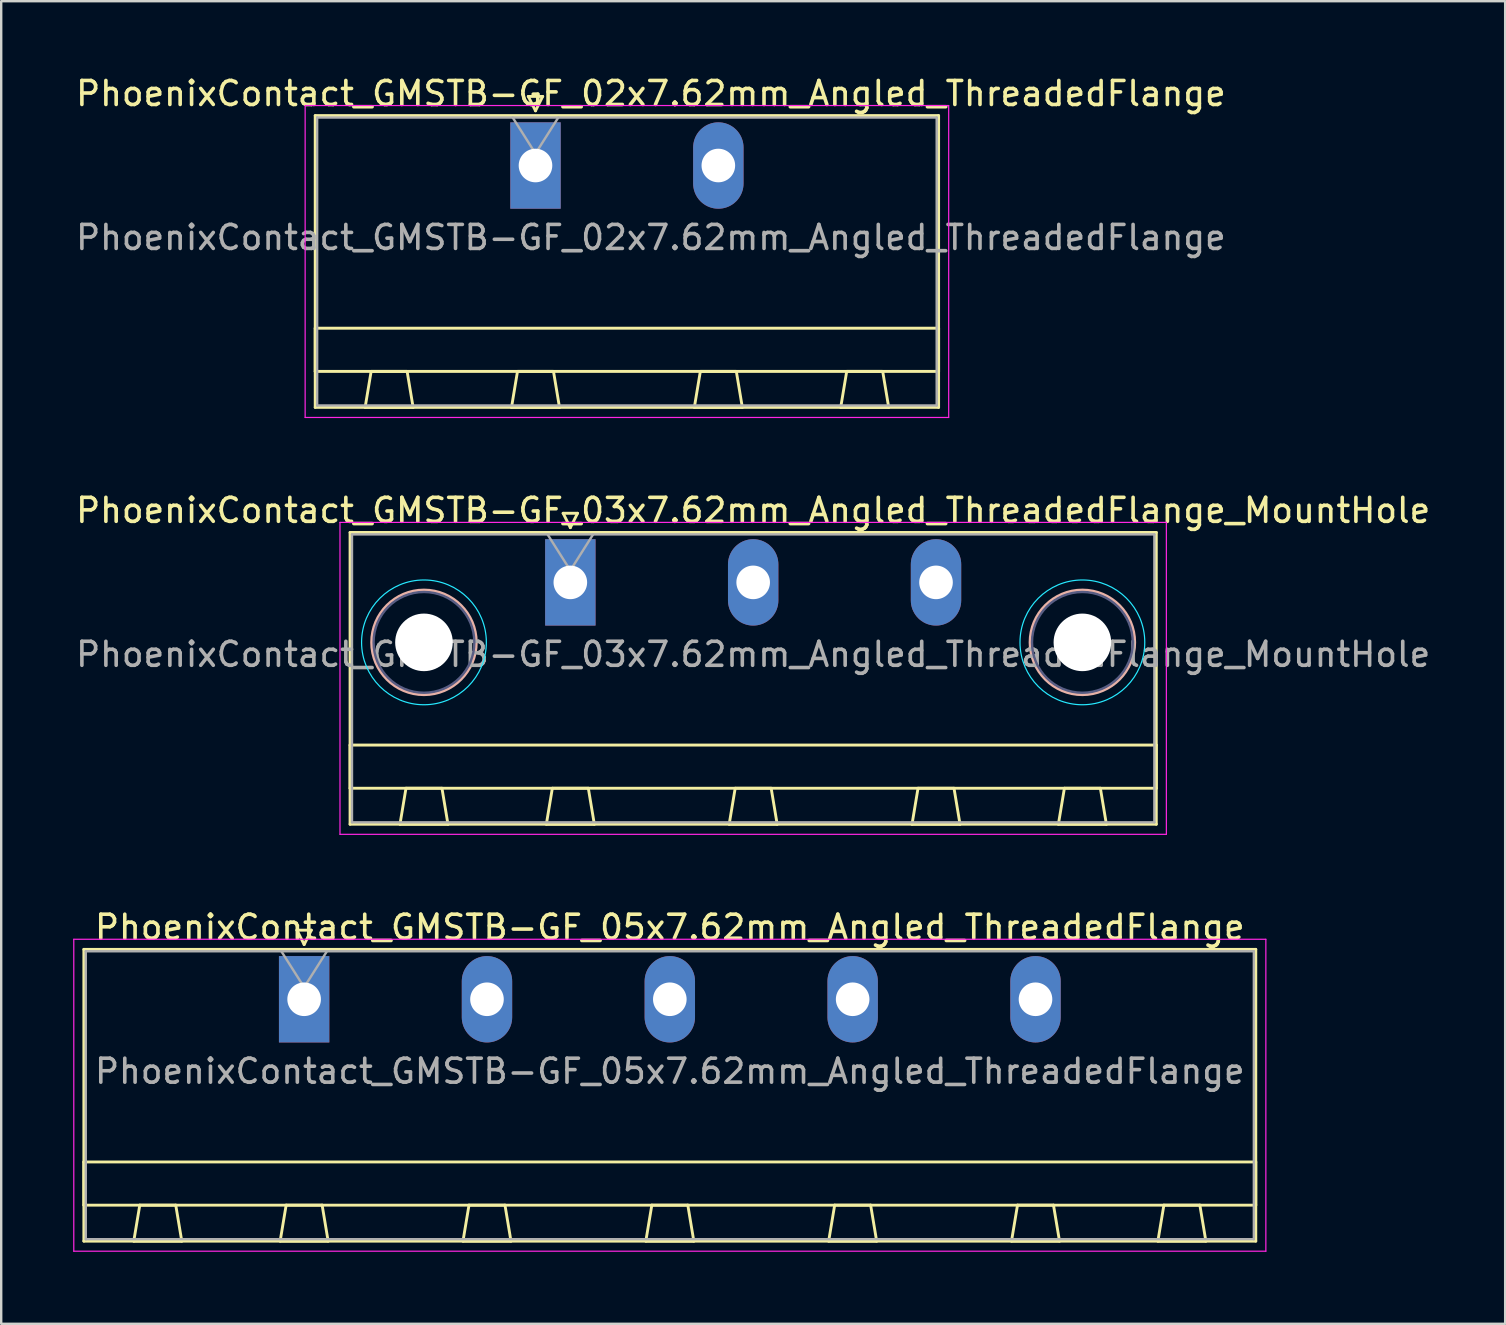
<source format=kicad_pcb>
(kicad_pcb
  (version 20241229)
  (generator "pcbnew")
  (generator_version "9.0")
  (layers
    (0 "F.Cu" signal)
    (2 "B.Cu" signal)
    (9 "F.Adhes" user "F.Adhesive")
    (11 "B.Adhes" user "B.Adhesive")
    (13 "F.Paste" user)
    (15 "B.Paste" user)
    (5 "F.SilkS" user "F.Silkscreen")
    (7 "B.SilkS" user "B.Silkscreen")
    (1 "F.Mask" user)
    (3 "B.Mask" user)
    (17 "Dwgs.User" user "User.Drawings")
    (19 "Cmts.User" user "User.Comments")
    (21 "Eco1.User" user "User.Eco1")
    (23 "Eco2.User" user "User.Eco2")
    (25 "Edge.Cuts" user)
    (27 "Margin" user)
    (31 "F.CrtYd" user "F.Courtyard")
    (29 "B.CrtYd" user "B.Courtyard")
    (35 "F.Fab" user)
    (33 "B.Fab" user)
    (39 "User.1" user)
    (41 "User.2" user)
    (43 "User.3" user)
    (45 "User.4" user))
  (footprint "PhoenixContact_GMSTB-GF_03x7.62mm_Angled_ThreadedFlange_MountHole"
    (layer "F.Cu")
    (at 20.719 21.221)
    (property "Reference" "PhoenixContact_GMSTB-GF_03x7.62mm_Angled_ThreadedFlange_MountHole" (at 7.62 -3 0) (layer "F.SilkS") (effects (font (size 1 1) (thickness 0.15))))
    (attr through_hole)
    (fp_line (start -9.18 -2.08) (end -9.18 10.08) (stroke (width 0.12) (type solid)) (layer "F.SilkS"))
    (fp_line (start -9.18 6.78) (end 24.42 6.78) (stroke (width 0.12) (type solid)) (layer "F.SilkS"))
    (fp_line (start -9.18 8.58) (end -9.18 6.78) (stroke (width 0.12) (type solid)) (layer "F.SilkS"))
    (fp_line (start -9.18 10.08) (end 24.42 10.08) (stroke (width 0.12) (type solid)) (layer "F.SilkS"))
    (fp_line (start -7.1 10.08) (end -5.1 10.08) (stroke (width 0.12) (type solid)) (layer "F.SilkS"))
    (fp_line (start -6.85 8.58) (end -7.1 10.08) (stroke (width 0.12) (type solid)) (layer "F.SilkS"))
    (fp_line (start -5.35 8.58) (end -6.85 8.58) (stroke (width 0.12) (type solid)) (layer "F.SilkS"))
    (fp_line (start -5.1 10.08) (end -5.35 8.58) (stroke (width 0.12) (type solid)) (layer "F.SilkS"))
    (fp_line (start -1 10.08) (end 1 10.08) (stroke (width 0.12) (type solid)) (layer "F.SilkS"))
    (fp_line (start -0.75 8.58) (end -1 10.08) (stroke (width 0.12) (type solid)) (layer "F.SilkS"))
    (fp_line (start -0.3 -2.88) (end 0.3 -2.88) (stroke (width 0.12) (type solid)) (layer "F.SilkS"))
    (fp_line (start 0 -2.28) (end -0.3 -2.88) (stroke (width 0.12) (type solid)) (layer "F.SilkS"))
    (fp_line (start 0.3 -2.88) (end 0 -2.28) (stroke (width 0.12) (type solid)) (layer "F.SilkS"))
    (fp_line (start 0.75 8.58) (end -0.75 8.58) (stroke (width 0.12) (type solid)) (layer "F.SilkS"))
    (fp_line (start 1 10.08) (end 0.75 8.58) (stroke (width 0.12) (type solid)) (layer "F.SilkS"))
    (fp_line (start 6.62 10.08) (end 8.62 10.08) (stroke (width 0.12) (type solid)) (layer "F.SilkS"))
    (fp_line (start 6.87 8.58) (end 6.62 10.08) (stroke (width 0.12) (type solid)) (layer "F.SilkS"))
    (fp_line (start 8.37 8.58) (end 6.87 8.58) (stroke (width 0.12) (type solid)) (layer "F.SilkS"))
    (fp_line (start 8.62 10.08) (end 8.37 8.58) (stroke (width 0.12) (type solid)) (layer "F.SilkS"))
    (fp_line (start 14.24 10.08) (end 16.24 10.08) (stroke (width 0.12) (type solid)) (layer "F.SilkS"))
    (fp_line (start 14.49 8.58) (end 14.24 10.08) (stroke (width 0.12) (type solid)) (layer "F.SilkS"))
    (fp_line (start 15.99 8.58) (end 14.49 8.58) (stroke (width 0.12) (type solid)) (layer "F.SilkS"))
    (fp_line (start 16.24 10.08) (end 15.99 8.58) (stroke (width 0.12) (type solid)) (layer "F.SilkS"))
    (fp_line (start 20.34 10.08) (end 22.34 10.08) (stroke (width 0.12) (type solid)) (layer "F.SilkS"))
    (fp_line (start 20.59 8.58) (end 20.34 10.08) (stroke (width 0.12) (type solid)) (layer "F.SilkS"))
    (fp_line (start 22.09 8.58) (end 20.59 8.58) (stroke (width 0.12) (type solid)) (layer "F.SilkS"))
    (fp_line (start 22.34 10.08) (end 22.09 8.58) (stroke (width 0.12) (type solid)) (layer "F.SilkS"))
    (fp_line (start 24.42 -2.08) (end -9.18 -2.08) (stroke (width 0.12) (type solid)) (layer "F.SilkS"))
    (fp_line (start 24.42 6.78) (end 24.42 8.58) (stroke (width 0.12) (type solid)) (layer "F.SilkS"))
    (fp_line (start 24.42 8.58) (end -9.18 8.58) (stroke (width 0.12) (type solid)) (layer "F.SilkS"))
    (fp_line (start 24.42 10.08) (end 24.42 -2.08) (stroke (width 0.12) (type solid)) (layer "F.SilkS"))
    (fp_circle (center -6.1 2.5) (end -3.92 2.5) (stroke (width 0.12) (type solid)) (fill no) (layer "B.SilkS"))
    (fp_circle (center 21.34 2.5) (end 23.52 2.5) (stroke (width 0.12) (type solid)) (fill no) (layer "B.SilkS"))
    (fp_circle (center -6.1 2.5) (end -3.5 2.5) (stroke (width 0.05) (type solid)) (fill no) (layer "B.CrtYd"))
    (fp_circle (center 21.34 2.5) (end 23.94 2.5) (stroke (width 0.05) (type solid)) (fill no) (layer "B.CrtYd"))
    (fp_line (start -9.6 -2.5) (end -9.6 10.5) (stroke (width 0.05) (type solid)) (layer "F.CrtYd"))
    (fp_line (start -9.6 10.5) (end 24.84 10.5) (stroke (width 0.05) (type solid)) (layer "F.CrtYd"))
    (fp_line (start 24.84 -2.5) (end -9.6 -2.5) (stroke (width 0.05) (type solid)) (layer "F.CrtYd"))
    (fp_line (start 24.84 10.5) (end 24.84 -2.5) (stroke (width 0.05) (type solid)) (layer "F.CrtYd"))
    (fp_circle (center -6.1 2.5) (end -4 2.5) (stroke (width 0.1) (type solid)) (fill no) (layer "B.Fab"))
    (fp_circle (center 21.34 2.5) (end 23.44 2.5) (stroke (width 0.1) (type solid)) (fill no) (layer "B.Fab"))
    (fp_line (start -9.1 -2) (end -9.1 10) (stroke (width 0.1) (type solid)) (layer "F.Fab"))
    (fp_line (start -9.1 10) (end 24.34 10) (stroke (width 0.1) (type solid)) (layer "F.Fab"))
    (fp_line (start 0 -0.5) (end -0.95 -2) (stroke (width 0.1) (type solid)) (layer "F.Fab"))
    (fp_line (start 0.95 -2) (end 0 -0.5) (stroke (width 0.1) (type solid)) (layer "F.Fab"))
    (fp_line (start 24.34 -2) (end -9.1 -2) (stroke (width 0.1) (type solid)) (layer "F.Fab"))
    (fp_line (start 24.34 10) (end 24.34 -2) (stroke (width 0.1) (type solid)) (layer "F.Fab"))
    (fp_text user "${REFERENCE}" (at 7.62 3 0) (layer "F.Fab") (effects (font (size 1 1) (thickness 0.15))))
    (pad "" np_thru_hole circle (at -6.1 2.5) (size 2.4 2.4) (drill 2.4) (layers "*.Cu" "*.Mask"))
    (pad "" np_thru_hole circle (at 21.34 2.5) (size 2.4 2.4) (drill 2.4) (layers "*.Cu" "*.Mask"))
    (pad "1" thru_hole rect (at 0 0) (size 2.1 3.6) (drill 1.4) (layers "*.Cu" "*.Mask"))
    (pad "2" thru_hole oval (at 7.62 0) (size 2.1 3.6) (drill 1.4) (layers "*.Cu" "*.Mask"))
    (pad "3" thru_hole oval (at 15.24 0) (size 2.1 3.6) (drill 1.4) (layers "*.Cu" "*.Mask")))
  (footprint "PhoenixContact_GMSTB-GF_02x7.62mm_Angled_ThreadedFlange"
    (layer "F.Cu")
    (at 19.267 3.848)
    (property "Reference" "PhoenixContact_GMSTB-GF_02x7.62mm_Angled_ThreadedFlange" (at 4.81 -3 0) (layer "F.SilkS") (effects (font (size 1 1) (thickness 0.15))))
    (attr through_hole)
    (fp_line (start -9.18 -2.08) (end -9.18 10.08) (stroke (width 0.12) (type solid)) (layer "F.SilkS"))
    (fp_line (start -9.18 6.78) (end 16.8 6.78) (stroke (width 0.12) (type solid)) (layer "F.SilkS"))
    (fp_line (start -9.18 8.58) (end -9.18 6.78) (stroke (width 0.12) (type solid)) (layer "F.SilkS"))
    (fp_line (start -9.18 10.08) (end 16.8 10.08) (stroke (width 0.12) (type solid)) (layer "F.SilkS"))
    (fp_line (start -7.1 10.08) (end -5.1 10.08) (stroke (width 0.12) (type solid)) (layer "F.SilkS"))
    (fp_line (start -6.85 8.58) (end -7.1 10.08) (stroke (width 0.12) (type solid)) (layer "F.SilkS"))
    (fp_line (start -5.35 8.58) (end -6.85 8.58) (stroke (width 0.12) (type solid)) (layer "F.SilkS"))
    (fp_line (start -5.1 10.08) (end -5.35 8.58) (stroke (width 0.12) (type solid)) (layer "F.SilkS"))
    (fp_line (start -1 10.08) (end 1 10.08) (stroke (width 0.12) (type solid)) (layer "F.SilkS"))
    (fp_line (start -0.75 8.58) (end -1 10.08) (stroke (width 0.12) (type solid)) (layer "F.SilkS"))
    (fp_line (start -0.3 -2.88) (end 0.3 -2.88) (stroke (width 0.12) (type solid)) (layer "F.SilkS"))
    (fp_line (start 0 -2.28) (end -0.3 -2.88) (stroke (width 0.12) (type solid)) (layer "F.SilkS"))
    (fp_line (start 0.3 -2.88) (end 0 -2.28) (stroke (width 0.12) (type solid)) (layer "F.SilkS"))
    (fp_line (start 0.75 8.58) (end -0.75 8.58) (stroke (width 0.12) (type solid)) (layer "F.SilkS"))
    (fp_line (start 1 10.08) (end 0.75 8.58) (stroke (width 0.12) (type solid)) (layer "F.SilkS"))
    (fp_line (start 6.62 10.08) (end 8.62 10.08) (stroke (width 0.12) (type solid)) (layer "F.SilkS"))
    (fp_line (start 6.87 8.58) (end 6.62 10.08) (stroke (width 0.12) (type solid)) (layer "F.SilkS"))
    (fp_line (start 8.37 8.58) (end 6.87 8.58) (stroke (width 0.12) (type solid)) (layer "F.SilkS"))
    (fp_line (start 8.62 10.08) (end 8.37 8.58) (stroke (width 0.12) (type solid)) (layer "F.SilkS"))
    (fp_line (start 12.72 10.08) (end 14.72 10.08) (stroke (width 0.12) (type solid)) (layer "F.SilkS"))
    (fp_line (start 12.97 8.58) (end 12.72 10.08) (stroke (width 0.12) (type solid)) (layer "F.SilkS"))
    (fp_line (start 14.47 8.58) (end 12.97 8.58) (stroke (width 0.12) (type solid)) (layer "F.SilkS"))
    (fp_line (start 14.72 10.08) (end 14.47 8.58) (stroke (width 0.12) (type solid)) (layer "F.SilkS"))
    (fp_line (start 16.8 -2.08) (end -9.18 -2.08) (stroke (width 0.12) (type solid)) (layer "F.SilkS"))
    (fp_line (start 16.8 6.78) (end 16.8 8.58) (stroke (width 0.12) (type solid)) (layer "F.SilkS"))
    (fp_line (start 16.8 8.58) (end -9.18 8.58) (stroke (width 0.12) (type solid)) (layer "F.SilkS"))
    (fp_line (start 16.8 10.08) (end 16.8 -2.08) (stroke (width 0.12) (type solid)) (layer "F.SilkS"))
    (fp_line (start -9.6 -2.5) (end -9.6 10.5) (stroke (width 0.05) (type solid)) (layer "F.CrtYd"))
    (fp_line (start -9.6 10.5) (end 17.22 10.5) (stroke (width 0.05) (type solid)) (layer "F.CrtYd"))
    (fp_line (start 17.22 -2.5) (end -9.6 -2.5) (stroke (width 0.05) (type solid)) (layer "F.CrtYd"))
    (fp_line (start 17.22 10.5) (end 17.22 -2.5) (stroke (width 0.05) (type solid)) (layer "F.CrtYd"))
    (fp_line (start -9.1 -2) (end -9.1 10) (stroke (width 0.1) (type solid)) (layer "F.Fab"))
    (fp_line (start -9.1 10) (end 16.72 10) (stroke (width 0.1) (type solid)) (layer "F.Fab"))
    (fp_line (start 0 -0.5) (end -0.95 -2) (stroke (width 0.1) (type solid)) (layer "F.Fab"))
    (fp_line (start 0.95 -2) (end 0 -0.5) (stroke (width 0.1) (type solid)) (layer "F.Fab"))
    (fp_line (start 16.72 -2) (end -9.1 -2) (stroke (width 0.1) (type solid)) (layer "F.Fab"))
    (fp_line (start 16.72 10) (end 16.72 -2) (stroke (width 0.1) (type solid)) (layer "F.Fab"))
    (fp_text user "${REFERENCE}" (at 4.81 3 0) (layer "F.Fab") (effects (font (size 1 1) (thickness 0.15))))
    (pad "1" thru_hole rect (at 0 0) (size 2.1 3.6) (drill 1.4) (layers "*.Cu" "*.Mask"))
    (pad "2" thru_hole oval (at 7.62 0) (size 2.1 3.6) (drill 1.4) (layers "*.Cu" "*.Mask")))
  (footprint "PhoenixContact_GMSTB-GF_05x7.62mm_Angled_ThreadedFlange"
    (layer "F.Cu")
    (at 9.625 38.595)
    (property "Reference" "PhoenixContact_GMSTB-GF_05x7.62mm_Angled_ThreadedFlange" (at 15.24 -3 0) (layer "F.SilkS") (effects (font (size 1 1) (thickness 0.15))))
    (attr through_hole)
    (fp_line (start -9.18 -2.08) (end -9.18 10.08) (stroke (width 0.12) (type solid)) (layer "F.SilkS"))
    (fp_line (start -9.18 6.78) (end 39.66 6.78) (stroke (width 0.12) (type solid)) (layer "F.SilkS"))
    (fp_line (start -9.18 8.58) (end -9.18 6.78) (stroke (width 0.12) (type solid)) (layer "F.SilkS"))
    (fp_line (start -9.18 10.08) (end 39.66 10.08) (stroke (width 0.12) (type solid)) (layer "F.SilkS"))
    (fp_line (start -7.1 10.08) (end -5.1 10.08) (stroke (width 0.12) (type solid)) (layer "F.SilkS"))
    (fp_line (start -6.85 8.58) (end -7.1 10.08) (stroke (width 0.12) (type solid)) (layer "F.SilkS"))
    (fp_line (start -5.35 8.58) (end -6.85 8.58) (stroke (width 0.12) (type solid)) (layer "F.SilkS"))
    (fp_line (start -5.1 10.08) (end -5.35 8.58) (stroke (width 0.12) (type solid)) (layer "F.SilkS"))
    (fp_line (start -1 10.08) (end 1 10.08) (stroke (width 0.12) (type solid)) (layer "F.SilkS"))
    (fp_line (start -0.75 8.58) (end -1 10.08) (stroke (width 0.12) (type solid)) (layer "F.SilkS"))
    (fp_line (start -0.3 -2.88) (end 0.3 -2.88) (stroke (width 0.12) (type solid)) (layer "F.SilkS"))
    (fp_line (start 0 -2.28) (end -0.3 -2.88) (stroke (width 0.12) (type solid)) (layer "F.SilkS"))
    (fp_line (start 0.3 -2.88) (end 0 -2.28) (stroke (width 0.12) (type solid)) (layer "F.SilkS"))
    (fp_line (start 0.75 8.58) (end -0.75 8.58) (stroke (width 0.12) (type solid)) (layer "F.SilkS"))
    (fp_line (start 1 10.08) (end 0.75 8.58) (stroke (width 0.12) (type solid)) (layer "F.SilkS"))
    (fp_line (start 6.62 10.08) (end 8.62 10.08) (stroke (width 0.12) (type solid)) (layer "F.SilkS"))
    (fp_line (start 6.87 8.58) (end 6.62 10.08) (stroke (width 0.12) (type solid)) (layer "F.SilkS"))
    (fp_line (start 8.37 8.58) (end 6.87 8.58) (stroke (width 0.12) (type solid)) (layer "F.SilkS"))
    (fp_line (start 8.62 10.08) (end 8.37 8.58) (stroke (width 0.12) (type solid)) (layer "F.SilkS"))
    (fp_line (start 14.24 10.08) (end 16.24 10.08) (stroke (width 0.12) (type solid)) (layer "F.SilkS"))
    (fp_line (start 14.49 8.58) (end 14.24 10.08) (stroke (width 0.12) (type solid)) (layer "F.SilkS"))
    (fp_line (start 15.99 8.58) (end 14.49 8.58) (stroke (width 0.12) (type solid)) (layer "F.SilkS"))
    (fp_line (start 16.24 10.08) (end 15.99 8.58) (stroke (width 0.12) (type solid)) (layer "F.SilkS"))
    (fp_line (start 21.86 10.08) (end 23.86 10.08) (stroke (width 0.12) (type solid)) (layer "F.SilkS"))
    (fp_line (start 22.11 8.58) (end 21.86 10.08) (stroke (width 0.12) (type solid)) (layer "F.SilkS"))
    (fp_line (start 23.61 8.58) (end 22.11 8.58) (stroke (width 0.12) (type solid)) (layer "F.SilkS"))
    (fp_line (start 23.86 10.08) (end 23.61 8.58) (stroke (width 0.12) (type solid)) (layer "F.SilkS"))
    (fp_line (start 29.48 10.08) (end 31.48 10.08) (stroke (width 0.12) (type solid)) (layer "F.SilkS"))
    (fp_line (start 29.73 8.58) (end 29.48 10.08) (stroke (width 0.12) (type solid)) (layer "F.SilkS"))
    (fp_line (start 31.23 8.58) (end 29.73 8.58) (stroke (width 0.12) (type solid)) (layer "F.SilkS"))
    (fp_line (start 31.48 10.08) (end 31.23 8.58) (stroke (width 0.12) (type solid)) (layer "F.SilkS"))
    (fp_line (start 35.58 10.08) (end 37.58 10.08) (stroke (width 0.12) (type solid)) (layer "F.SilkS"))
    (fp_line (start 35.83 8.58) (end 35.58 10.08) (stroke (width 0.12) (type solid)) (layer "F.SilkS"))
    (fp_line (start 37.33 8.58) (end 35.83 8.58) (stroke (width 0.12) (type solid)) (layer "F.SilkS"))
    (fp_line (start 37.58 10.08) (end 37.33 8.58) (stroke (width 0.12) (type solid)) (layer "F.SilkS"))
    (fp_line (start 39.66 -2.08) (end -9.18 -2.08) (stroke (width 0.12) (type solid)) (layer "F.SilkS"))
    (fp_line (start 39.66 6.78) (end 39.66 8.58) (stroke (width 0.12) (type solid)) (layer "F.SilkS"))
    (fp_line (start 39.66 8.58) (end -9.18 8.58) (stroke (width 0.12) (type solid)) (layer "F.SilkS"))
    (fp_line (start 39.66 10.08) (end 39.66 -2.08) (stroke (width 0.12) (type solid)) (layer "F.SilkS"))
    (fp_line (start -9.6 -2.5) (end -9.6 10.5) (stroke (width 0.05) (type solid)) (layer "F.CrtYd"))
    (fp_line (start -9.6 10.5) (end 40.08 10.5) (stroke (width 0.05) (type solid)) (layer "F.CrtYd"))
    (fp_line (start 40.08 -2.5) (end -9.6 -2.5) (stroke (width 0.05) (type solid)) (layer "F.CrtYd"))
    (fp_line (start 40.08 10.5) (end 40.08 -2.5) (stroke (width 0.05) (type solid)) (layer "F.CrtYd"))
    (fp_line (start -9.1 -2) (end -9.1 10) (stroke (width 0.1) (type solid)) (layer "F.Fab"))
    (fp_line (start -9.1 10) (end 39.58 10) (stroke (width 0.1) (type solid)) (layer "F.Fab"))
    (fp_line (start 0 -0.5) (end -0.95 -2) (stroke (width 0.1) (type solid)) (layer "F.Fab"))
    (fp_line (start 0.95 -2) (end 0 -0.5) (stroke (width 0.1) (type solid)) (layer "F.Fab"))
    (fp_line (start 39.58 -2) (end -9.1 -2) (stroke (width 0.1) (type solid)) (layer "F.Fab"))
    (fp_line (start 39.58 10) (end 39.58 -2) (stroke (width 0.1) (type solid)) (layer "F.Fab"))
    (fp_text user "${REFERENCE}" (at 15.24 3 0) (layer "F.Fab") (effects (font (size 1 1) (thickness 0.15))))
    (pad "1" thru_hole rect (at 0 0) (size 2.1 3.6) (drill 1.4) (layers "*.Cu" "*.Mask"))
    (pad "2" thru_hole oval (at 7.62 0) (size 2.1 3.6) (drill 1.4) (layers "*.Cu" "*.Mask"))
    (pad "3" thru_hole oval (at 15.24 0) (size 2.1 3.6) (drill 1.4) (layers "*.Cu" "*.Mask"))
    (pad "4" thru_hole oval (at 22.86 0) (size 2.1 3.6) (drill 1.4) (layers "*.Cu" "*.Mask"))
    (pad "5" thru_hole oval (at 30.48 0) (size 2.1 3.6) (drill 1.4) (layers "*.Cu" "*.Mask")))
  (gr_rect
    (start -3 -3)
    (end 59.679 52.12)
    (stroke (width 0.1) (type default))
    (fill no)
    (layer "Edge.Cuts")))
</source>
